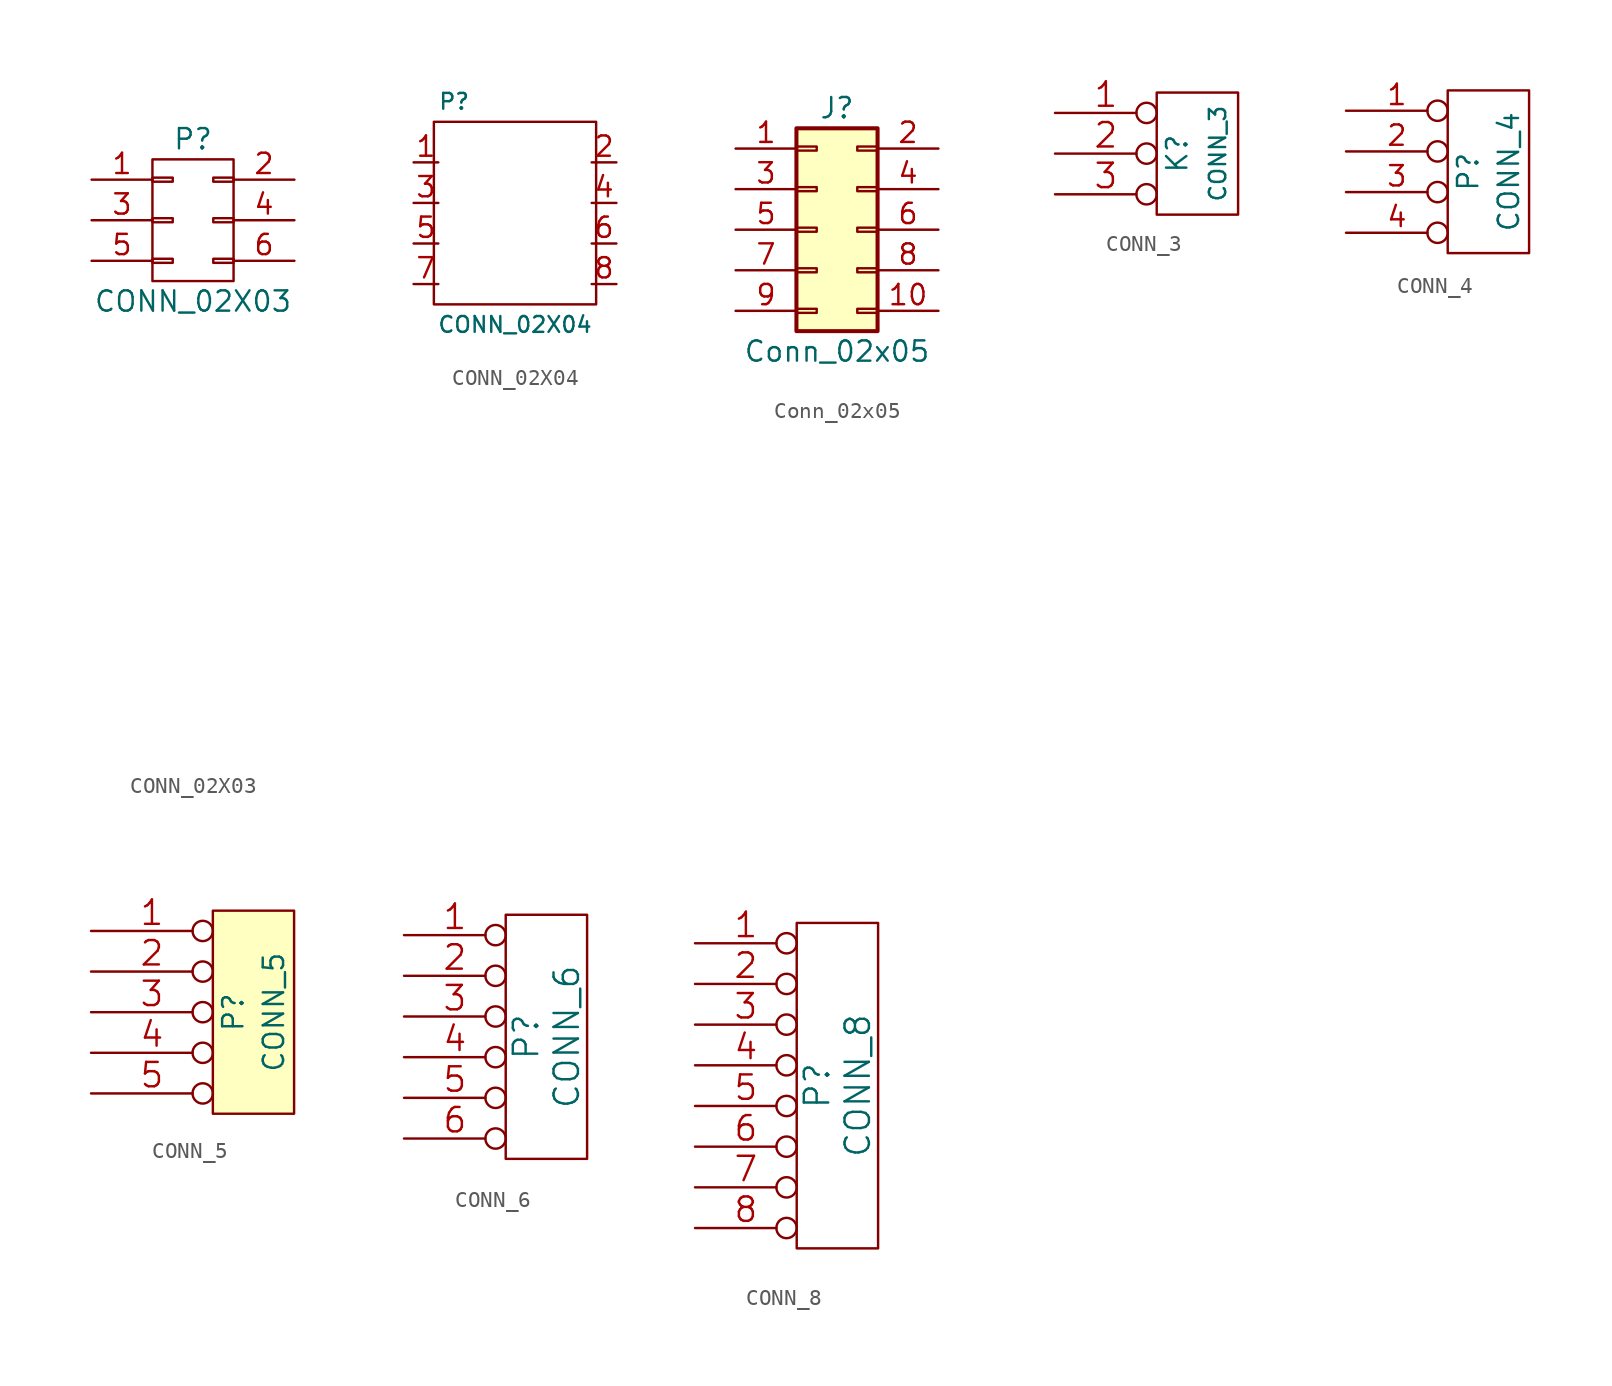
<source format=kicad_sym>
(kicad_symbol_lib
  (version 20210619)
  (generator kicad_symbol_editor)
  (symbol "tinkerforge:CONN_02X03"
    (pin_names
      (offset 0.025) hide)
    (property "Reference" "P"
      (at 0 5.08 0)
      (effects (font (size 1.27 1.27))))
    (property "Value" "CONN_02X03"
      (at 0 -5.08 0)
      (effects (font (size 1.27 1.27))))
    (property "Footprint" ""
      (at 0 -30.48 0)
      (effects (font (size 1.27 1.27))))
    (property "Datasheet" ""
      (at 0 -30.48 0)
      (effects (font (size 1.27 1.27))))
    (symbol "CONN_02X03_0_1"
      (rectangle (start -2.54 -2.413) (end -1.27 -2.667) (stroke (width 0)) (fill (type none)))
      (rectangle (start -2.54 0.127) (end -1.27 -0.127) (stroke (width 0)) (fill (type none)))
      (rectangle (start -2.54 2.667) (end -1.27 2.413) (stroke (width 0)) (fill (type none)))
      (rectangle (start -2.54 3.81) (end 2.54 -3.81) (stroke (width 0)) (fill (type none)))
      (rectangle (start 1.27 -2.413) (end 2.54 -2.667) (stroke (width 0)) (fill (type none)))
      (rectangle (start 1.27 0.127) (end 2.54 -0.127) (stroke (width 0)) (fill (type none)))
      (rectangle (start 1.27 2.667) (end 2.54 2.413) (stroke (width 0)) (fill (type none))))
    (symbol "CONN_02X03_1_1"
      (pin passive line (at -6.35 2.54 0) (length 3.81) (name "P1" (effects (font (size 1.27 1.27)))) (number "1" (effects (font (size 1.27 1.27)))))
      (pin passive line (at 6.35 2.54 180) (length 3.81) (name "P2" (effects (font (size 1.27 1.27)))) (number "2" (effects (font (size 1.27 1.27)))))
      (pin passive line (at -6.35 0 0) (length 3.81) (name "P3" (effects (font (size 1.27 1.27)))) (number "3" (effects (font (size 1.27 1.27)))))
      (pin passive line (at 6.35 0 180) (length 3.81) (name "P4" (effects (font (size 1.27 1.27)))) (number "4" (effects (font (size 1.27 1.27)))))
      (pin passive line (at -6.35 -2.54 0) (length 3.81) (name "P5" (effects (font (size 1.27 1.27)))) (number "5" (effects (font (size 1.27 1.27)))))
      (pin passive line (at 6.35 -2.54 180) (length 3.81) (name "P6" (effects (font (size 1.27 1.27)))) (number "6" (effects (font (size 1.27 1.27)))))))
  (symbol "tinkerforge:CONN_02X04"
    (pin_names
      (offset 1.016))
    (property "Reference" "P"
      (at -3.81 7.62 0)
      (effects (font (size 0.991 0.991))))
    (property "Value" "CONN_02X04"
      (at 0 -6.35 0)
      (effects (font (size 0.991 0.991))))
    (symbol "CONN_02X04_0_1"
      (rectangle (start -5.08 6.35) (end 5.08 -5.08) (stroke (width 0)) (fill (type none))))
    (symbol "CONN_02X04_1_1"
      (pin passive line (at -6.35 3.81 0) (length 1.549) (name "~" (effects (font (size 1.27 1.27)))) (number "1" (effects (font (size 1.27 1.27)))))
      (pin passive line (at 6.35 3.81 180) (length 1.549) (name "~" (effects (font (size 1.27 1.27)))) (number "2" (effects (font (size 1.27 1.27)))))
      (pin passive line (at -6.35 1.27 0) (length 1.549) (name "~" (effects (font (size 1.27 1.27)))) (number "3" (effects (font (size 1.27 1.27)))))
      (pin passive line (at 6.35 1.27 180) (length 1.549) (name "~" (effects (font (size 1.27 1.27)))) (number "4" (effects (font (size 1.27 1.27)))))
      (pin passive line (at -6.35 -1.27 0) (length 1.549) (name "~" (effects (font (size 1.27 1.27)))) (number "5" (effects (font (size 1.27 1.27)))))
      (pin passive line (at 6.35 -1.27 180) (length 1.549) (name "~" (effects (font (size 1.27 1.27)))) (number "6" (effects (font (size 1.27 1.27)))))
      (pin passive line (at -6.35 -3.81 0) (length 1.549) (name "~" (effects (font (size 1.27 1.27)))) (number "7" (effects (font (size 1.27 1.27)))))
      (pin passive line (at 6.35 -3.81 180) (length 1.549) (name "~" (effects (font (size 1.27 1.27)))) (number "8" (effects (font (size 1.27 1.27)))))))
  (symbol "tinkerforge:Conn_02x05"
    (pin_names
      (offset 1.016) hide)
    (property "Reference" "J"
      (at 1.27 7.62 0)
      (effects (font (size 1.27 1.27))))
    (property "Value" "Conn_02x05"
      (at 1.27 -7.62 0)
      (effects (font (size 1.27 1.27))))
    (symbol "Conn_02x05_1_1"
      (rectangle (start -1.27 -4.953) (end 0 -5.207) (stroke (width 0.152)) (fill (type none)))
      (rectangle (start -1.27 -2.413) (end 0 -2.667) (stroke (width 0.152)) (fill (type none)))
      (rectangle (start -1.27 0.127) (end 0 -0.127) (stroke (width 0.152)) (fill (type none)))
      (rectangle (start -1.27 2.667) (end 0 2.413) (stroke (width 0.152)) (fill (type none)))
      (rectangle (start -1.27 5.207) (end 0 4.953) (stroke (width 0.152)) (fill (type none)))
      (rectangle (start 3.81 -4.953) (end 2.54 -5.207) (stroke (width 0.152)) (fill (type none)))
      (rectangle (start 3.81 -2.413) (end 2.54 -2.667) (stroke (width 0.152)) (fill (type none)))
      (rectangle (start 3.81 0.127) (end 2.54 -0.127) (stroke (width 0.152)) (fill (type none)))
      (rectangle (start 3.81 2.667) (end 2.54 2.413) (stroke (width 0.152)) (fill (type none)))
      (rectangle (start 3.81 5.207) (end 2.54 4.953) (stroke (width 0.152)) (fill (type none)))
      (rectangle (start -1.27 6.35) (end 3.81 -6.35) (stroke (width 0.254)) (fill (type background)))
      (pin passive line (at -5.08 5.08 0) (length 3.81) (name "Pin_1" (effects (font (size 1.27 1.27)))) (number "1" (effects (font (size 1.27 1.27)))))
      (pin passive line (at 7.62 -5.08 180) (length 3.81) (name "Pin_10" (effects (font (size 1.27 1.27)))) (number "10" (effects (font (size 1.27 1.27)))))
      (pin passive line (at 7.62 5.08 180) (length 3.81) (name "Pin_2" (effects (font (size 1.27 1.27)))) (number "2" (effects (font (size 1.27 1.27)))))
      (pin passive line (at -5.08 2.54 0) (length 3.81) (name "Pin_3" (effects (font (size 1.27 1.27)))) (number "3" (effects (font (size 1.27 1.27)))))
      (pin passive line (at 7.62 2.54 180) (length 3.81) (name "Pin_4" (effects (font (size 1.27 1.27)))) (number "4" (effects (font (size 1.27 1.27)))))
      (pin passive line (at -5.08 0 0) (length 3.81) (name "Pin_5" (effects (font (size 1.27 1.27)))) (number "5" (effects (font (size 1.27 1.27)))))
      (pin passive line (at 7.62 0 180) (length 3.81) (name "Pin_6" (effects (font (size 1.27 1.27)))) (number "6" (effects (font (size 1.27 1.27)))))
      (pin passive line (at -5.08 -2.54 0) (length 3.81) (name "Pin_7" (effects (font (size 1.27 1.27)))) (number "7" (effects (font (size 1.27 1.27)))))
      (pin passive line (at 7.62 -2.54 180) (length 3.81) (name "Pin_8" (effects (font (size 1.27 1.27)))) (number "8" (effects (font (size 1.27 1.27)))))
      (pin passive line (at -5.08 -5.08 0) (length 3.81) (name "Pin_9" (effects (font (size 1.27 1.27)))) (number "9" (effects (font (size 1.27 1.27)))))))
  (symbol "tinkerforge:CONN_3"
    (pin_names
      (offset 1.016) hide)
    (property "Reference" "K"
      (at -1.27 0 90)
      (effects (font (size 1.27 1.27))))
    (property "Value" "CONN_3"
      (at 1.27 0 90)
      (effects (font (size 1.016 1.016))))
    (property "Footprint" ""
      (at 0 0 0)
      (effects (font (size 1.524 1.524))))
    (property "Datasheet" ""
      (at 0 0 0)
      (effects (font (size 1.524 1.524))))
    (symbol "CONN_3_0_1"
      (rectangle (start -2.54 3.81) (end 2.54 -3.81) (stroke (width 0)) (fill (type none))))
    (symbol "CONN_3_1_1"
      (pin passive inverted (at -8.89 2.54 0) (length 6.35) (name "P1" (effects (font (size 1.524 1.524)))) (number "1" (effects (font (size 1.524 1.524)))))
      (pin passive inverted (at -8.89 0 0) (length 6.35) (name "PM" (effects (font (size 1.524 1.524)))) (number "2" (effects (font (size 1.524 1.524)))))
      (pin passive inverted (at -8.89 -2.54 0) (length 6.35) (name "P3" (effects (font (size 1.524 1.524)))) (number "3" (effects (font (size 1.524 1.524)))))))
  (symbol "tinkerforge:CONN_4"
    (pin_names
      (offset 1.016) hide)
    (property "Reference" "P"
      (at -1.27 0 90)
      (effects (font (size 1.27 1.27))))
    (property "Value" "CONN_4"
      (at 1.27 0 90)
      (effects (font (size 1.27 1.27))))
    (property "Footprint" ""
      (at 0 0 0)
      (effects (font (size 1.524 1.524))))
    (property "Datasheet" ""
      (at 0 0 0)
      (effects (font (size 1.524 1.524))))
    (symbol "CONN_4_0_1"
      (rectangle (start -2.54 5.08) (end 2.54 -5.08) (stroke (width 0)) (fill (type none))))
    (symbol "CONN_4_1_1"
      (pin passive inverted (at -8.89 3.81 0) (length 6.35) (name "P1" (effects (font (size 1.27 1.27)))) (number "1" (effects (font (size 1.27 1.27)))))
      (pin passive inverted (at -8.89 1.27 0) (length 6.35) (name "P2" (effects (font (size 1.27 1.27)))) (number "2" (effects (font (size 1.27 1.27)))))
      (pin passive inverted (at -8.89 -1.27 0) (length 6.35) (name "P3" (effects (font (size 1.27 1.27)))) (number "3" (effects (font (size 1.27 1.27)))))
      (pin passive inverted (at -8.89 -3.81 0) (length 6.35) (name "P4" (effects (font (size 1.27 1.27)))) (number "4" (effects (font (size 1.27 1.27)))))))
  (symbol "tinkerforge:CONN_5"
    (pin_names
      (offset 1.016))
    (property "Reference" "P"
      (at -1.27 0 90)
      (effects (font (size 1.27 1.27))))
    (property "Value" "CONN_5"
      (at 1.27 0 90)
      (effects (font (size 1.27 1.27))))
    (property "Footprint" ""
      (at 0 0 0)
      (effects (font (size 1.524 1.524))))
    (property "Datasheet" ""
      (at 0 0 0)
      (effects (font (size 1.524 1.524))))
    (symbol "CONN_5_0_1"
      (rectangle (start -2.54 6.35) (end 2.54 -6.35) (stroke (width 0)) (fill (type background))))
    (symbol "CONN_5_1_1"
      (pin passive inverted (at -10.16 5.08 0) (length 7.62) (name "~" (effects (font (size 1.524 1.524)))) (number "1" (effects (font (size 1.524 1.524)))))
      (pin passive inverted (at -10.16 2.54 0) (length 7.62) (name "~" (effects (font (size 1.524 1.524)))) (number "2" (effects (font (size 1.524 1.524)))))
      (pin passive inverted (at -10.16 0 0) (length 7.62) (name "~" (effects (font (size 1.524 1.524)))) (number "3" (effects (font (size 1.524 1.524)))))
      (pin passive inverted (at -10.16 -2.54 0) (length 7.62) (name "~" (effects (font (size 1.524 1.524)))) (number "4" (effects (font (size 1.524 1.524)))))
      (pin passive inverted (at -10.16 -5.08 0) (length 7.62) (name "~" (effects (font (size 1.524 1.524)))) (number "5" (effects (font (size 1.524 1.524)))))))
  (symbol "tinkerforge:CONN_6"
    (pin_names
      (offset 0.762) hide)
    (property "Reference" "P"
      (at -1.27 0 90)
      (effects (font (size 1.524 1.524))))
    (property "Value" "CONN_6"
      (at 1.27 0 90)
      (effects (font (size 1.524 1.524))))
    (property "Footprint" ""
      (at 0 0 0)
      (effects (font (size 1.524 1.524))))
    (property "Datasheet" ""
      (at 0 0 0)
      (effects (font (size 1.524 1.524))))
    (symbol "CONN_6_0_1"
      (rectangle (start -2.54 7.62) (end 2.54 -7.62) (stroke (width 0)) (fill (type none))))
    (symbol "CONN_6_1_1"
      (pin passive inverted (at -8.89 6.35 0) (length 6.35) (name "1" (effects (font (size 1.524 1.524)))) (number "1" (effects (font (size 1.524 1.524)))))
      (pin passive inverted (at -8.89 3.81 0) (length 6.35) (name "2" (effects (font (size 1.524 1.524)))) (number "2" (effects (font (size 1.524 1.524)))))
      (pin passive inverted (at -8.89 1.27 0) (length 6.35) (name "3" (effects (font (size 1.524 1.524)))) (number "3" (effects (font (size 1.524 1.524)))))
      (pin passive inverted (at -8.89 -1.27 0) (length 6.35) (name "4" (effects (font (size 1.524 1.524)))) (number "4" (effects (font (size 1.524 1.524)))))
      (pin passive inverted (at -8.89 -3.81 0) (length 6.35) (name "5" (effects (font (size 1.524 1.524)))) (number "5" (effects (font (size 1.524 1.524)))))
      (pin passive inverted (at -8.89 -6.35 0) (length 6.35) (name "6" (effects (font (size 1.524 1.524)))) (number "6" (effects (font (size 1.524 1.524)))))))
  (symbol "tinkerforge:CONN_8"
    (pin_names
      (offset 0.762) hide)
    (property "Reference" "P"
      (at -1.27 0 90)
      (effects (font (size 1.524 1.524))))
    (property "Value" "CONN_8"
      (at 1.27 0 90)
      (effects (font (size 1.524 1.524))))
    (property "Footprint" ""
      (at 0 2.54 0)
      (effects (font (size 1.524 1.524))))
    (property "Datasheet" ""
      (at 0 2.54 0)
      (effects (font (size 1.524 1.524))))
    (symbol "CONN_8_0_1"
      (rectangle (start -2.54 10.16) (end 2.54 -10.16) (stroke (width 0)) (fill (type none))))
    (symbol "CONN_8_1_1"
      (pin passive inverted (at -8.89 8.89 0) (length 6.35) (name "1" (effects (font (size 1.524 1.524)))) (number "1" (effects (font (size 1.524 1.524)))))
      (pin passive inverted (at -8.89 6.35 0) (length 6.35) (name "2" (effects (font (size 1.524 1.524)))) (number "2" (effects (font (size 1.524 1.524)))))
      (pin passive inverted (at -8.89 3.81 0) (length 6.35) (name "3" (effects (font (size 1.524 1.524)))) (number "3" (effects (font (size 1.524 1.524)))))
      (pin passive inverted (at -8.89 1.27 0) (length 6.35) (name "4" (effects (font (size 1.524 1.524)))) (number "4" (effects (font (size 1.524 1.524)))))
      (pin passive inverted (at -8.89 -1.27 0) (length 6.35) (name "5" (effects (font (size 1.524 1.524)))) (number "5" (effects (font (size 1.524 1.524)))))
      (pin passive inverted (at -8.89 -3.81 0) (length 6.35) (name "6" (effects (font (size 1.524 1.524)))) (number "6" (effects (font (size 1.524 1.524)))))
      (pin passive inverted (at -8.89 -6.35 0) (length 6.35) (name "~" (effects (font (size 1.524 1.524)))) (number "7" (effects (font (size 1.524 1.524)))))
      (pin passive inverted (at -8.89 -8.89 0) (length 6.35) (name "~" (effects (font (size 1.524 1.524)))) (number "8" (effects (font (size 1.524 1.524))))))))
</source>
